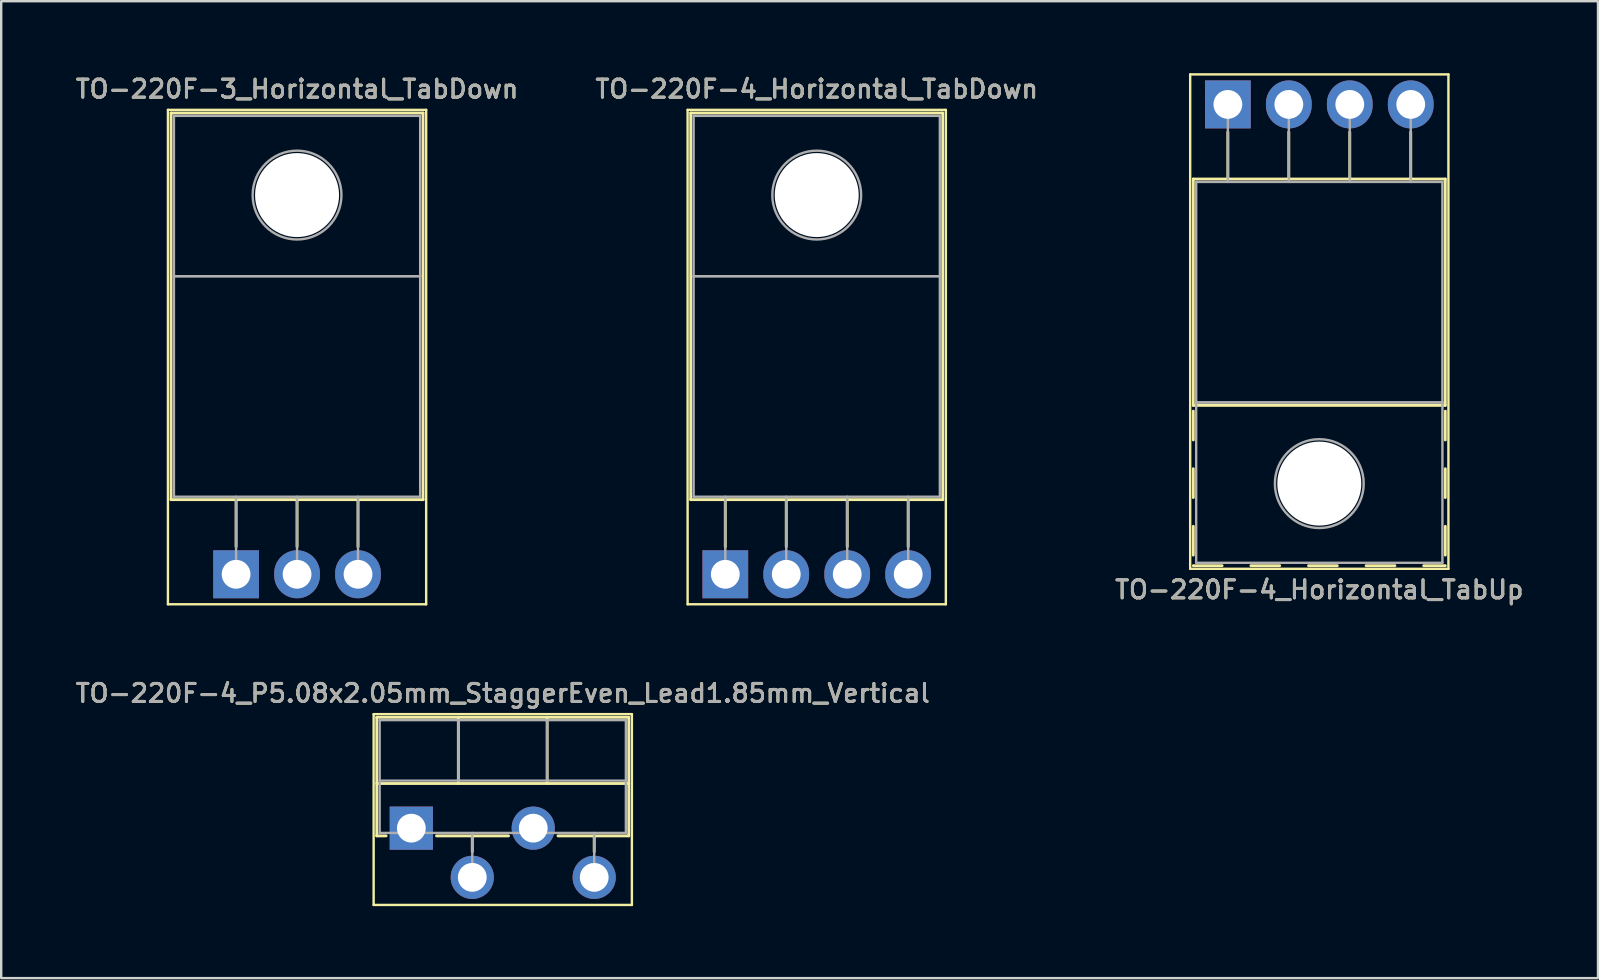
<source format=kicad_pcb>
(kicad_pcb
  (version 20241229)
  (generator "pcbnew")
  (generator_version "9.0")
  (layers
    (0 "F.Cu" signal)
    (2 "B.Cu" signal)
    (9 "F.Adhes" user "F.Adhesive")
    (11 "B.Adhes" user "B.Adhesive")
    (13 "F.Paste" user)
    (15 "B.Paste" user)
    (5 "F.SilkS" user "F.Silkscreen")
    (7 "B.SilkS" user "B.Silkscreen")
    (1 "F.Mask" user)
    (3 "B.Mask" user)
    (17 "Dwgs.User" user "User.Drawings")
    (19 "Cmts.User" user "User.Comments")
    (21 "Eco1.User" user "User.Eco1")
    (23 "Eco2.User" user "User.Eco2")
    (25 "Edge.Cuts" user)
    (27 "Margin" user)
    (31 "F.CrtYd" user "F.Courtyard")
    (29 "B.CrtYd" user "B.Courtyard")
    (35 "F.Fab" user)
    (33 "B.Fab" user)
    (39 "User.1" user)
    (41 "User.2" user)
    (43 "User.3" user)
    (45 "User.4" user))
  (footprint "TO-220F-4_P5.08x2.05mm_StaggerEven_Lead1.85mm_Vertical"
    (layer "F.Cu")
    (at 14.088 31.456)
    (property "Reference" "TO-220F-4_P5.08x2.05mm_StaggerEven_Lead1.85mm_Vertical" (at 3.81 -5.62 0) (layer "F.SilkS") (effects (font (size 0.75 0.75) (thickness 0.125))))
    (attr through_hole)
    (fp_line (start -1.57 -4.75) (end -1.57 3.2) (stroke (width 0.1) (type solid)) (layer "F.SilkS"))
    (fp_line (start -1.57 3.2) (end 9.19 3.2) (stroke (width 0.1) (type solid)) (layer "F.SilkS"))
    (fp_line (start -1.44 -4.62) (end -1.44 0.321) (stroke (width 0.12) (type solid)) (layer "F.SilkS"))
    (fp_line (start -1.44 -4.62) (end 9.06 -4.62) (stroke (width 0.12) (type solid)) (layer "F.SilkS"))
    (fp_line (start -1.44 -1.861) (end 9.06 -1.861) (stroke (width 0.12) (type solid)) (layer "F.SilkS"))
    (fp_line (start -1.44 0.321) (end -1.05 0.321) (stroke (width 0.12) (type solid)) (layer "F.SilkS"))
    (fp_line (start 1.05 0.321) (end 4.049 0.321) (stroke (width 0.12) (type solid)) (layer "F.SilkS"))
    (fp_line (start 1.96 -4.62) (end 1.96 -1.861) (stroke (width 0.12) (type solid)) (layer "F.SilkS"))
    (fp_line (start 2.54 0.321) (end 2.54 0.985) (stroke (width 0.12) (type solid)) (layer "F.SilkS"))
    (fp_line (start 5.66 -4.62) (end 5.66 -1.861) (stroke (width 0.12) (type solid)) (layer "F.SilkS"))
    (fp_line (start 6.112 0.321) (end 9.06 0.321) (stroke (width 0.12) (type solid)) (layer "F.SilkS"))
    (fp_line (start 7.62 0.321) (end 7.62 0.985) (stroke (width 0.12) (type solid)) (layer "F.SilkS"))
    (fp_line (start 9.06 -4.62) (end 9.06 0.321) (stroke (width 0.12) (type solid)) (layer "F.SilkS"))
    (fp_line (start 9.19 -4.75) (end -1.57 -4.75) (stroke (width 0.1) (type solid)) (layer "F.SilkS"))
    (fp_line (start 9.19 3.2) (end 9.19 -4.75) (stroke (width 0.1) (type solid)) (layer "F.SilkS"))
    (fp_line (start -1.32 -4.5) (end -1.32 0.2) (stroke (width 0.1) (type solid)) (layer "F.Fab"))
    (fp_line (start -1.32 -1.98) (end 8.94 -1.98) (stroke (width 0.1) (type solid)) (layer "F.Fab"))
    (fp_line (start -1.32 0.2) (end 8.94 0.2) (stroke (width 0.1) (type solid)) (layer "F.Fab"))
    (fp_line (start 1.96 -4.5) (end 1.96 -1.98) (stroke (width 0.1) (type solid)) (layer "F.Fab"))
    (fp_line (start 2.54 0.2) (end 2.54 2.05) (stroke (width 0.1) (type solid)) (layer "F.Fab"))
    (fp_line (start 5.66 -4.5) (end 5.66 -1.98) (stroke (width 0.1) (type solid)) (layer "F.Fab"))
    (fp_line (start 7.62 0.2) (end 7.62 2.05) (stroke (width 0.1) (type solid)) (layer "F.Fab"))
    (fp_line (start 8.94 -4.5) (end -1.32 -4.5) (stroke (width 0.1) (type solid)) (layer "F.Fab"))
    (fp_line (start 8.94 0.2) (end 8.94 -4.5) (stroke (width 0.1) (type solid)) (layer "F.Fab"))
    (fp_text user "${REFERENCE}" (at 3.81 -5.62 0) (layer "F.Fab") (effects (font (size 0.75 0.75) (thickness 0.125))))
    (pad "1" thru_hole rect (at 0 0) (size 1.8 1.8) (drill 1.2) (layers "*.Cu" "*.Mask"))
    (pad "2" thru_hole oval (at 2.54 2.05) (size 1.8 1.8) (drill 1.2) (layers "*.Cu" "*.Mask"))
    (pad "3" thru_hole oval (at 5.08 0) (size 1.8 1.8) (drill 1.2) (layers "*.Cu" "*.Mask"))
    (pad "4" thru_hole oval (at 7.62 2.05) (size 1.8 1.8) (drill 1.2) (layers "*.Cu" "*.Mask")))
  (footprint "TO-220F-4_Horizontal_TabUp"
    (layer "F.Cu")
    (at 48.11 1.3)
    (property "Reference" "TO-220F-4_Horizontal_TabUp" (at 3.81 20.22 0) (layer "F.SilkS") (effects (font (size 0.75 0.75) (thickness 0.125))))
    (attr through_hole)
    (fp_line (start -1.57 -1.25) (end -1.57 19.35) (stroke (width 0.1) (type solid)) (layer "F.SilkS"))
    (fp_line (start -1.57 19.35) (end 9.19 19.35) (stroke (width 0.1) (type solid)) (layer "F.SilkS"))
    (fp_line (start -1.44 3.11) (end -1.44 12.54) (stroke (width 0.12) (type solid)) (layer "F.SilkS"))
    (fp_line (start -1.44 3.11) (end 9.06 3.11) (stroke (width 0.12) (type solid)) (layer "F.SilkS"))
    (fp_line (start -1.44 12.54) (end 9.06 12.54) (stroke (width 0.12) (type solid)) (layer "F.SilkS"))
    (fp_line (start -1.44 12.78) (end -1.44 13.98) (stroke (width 0.12) (type solid)) (layer "F.SilkS"))
    (fp_line (start -1.44 15.18) (end -1.44 16.38) (stroke (width 0.12) (type solid)) (layer "F.SilkS"))
    (fp_line (start -1.44 17.58) (end -1.44 18.78) (stroke (width 0.12) (type solid)) (layer "F.SilkS"))
    (fp_line (start -1.44 19.22) (end -0.24 19.22) (stroke (width 0.12) (type solid)) (layer "F.SilkS"))
    (fp_line (start 0 1.15) (end 0 3.11) (stroke (width 0.12) (type solid)) (layer "F.SilkS"))
    (fp_line (start 0.96 19.22) (end 2.16 19.22) (stroke (width 0.12) (type solid)) (layer "F.SilkS"))
    (fp_line (start 2.54 1.15) (end 2.54 3.11) (stroke (width 0.12) (type solid)) (layer "F.SilkS"))
    (fp_line (start 3.361 19.22) (end 4.56 19.22) (stroke (width 0.12) (type solid)) (layer "F.SilkS"))
    (fp_line (start 5.08 1.15) (end 5.08 3.11) (stroke (width 0.12) (type solid)) (layer "F.SilkS"))
    (fp_line (start 5.761 19.22) (end 6.961 19.22) (stroke (width 0.12) (type solid)) (layer "F.SilkS"))
    (fp_line (start 7.62 1.15) (end 7.62 3.11) (stroke (width 0.12) (type solid)) (layer "F.SilkS"))
    (fp_line (start 8.16 19.22) (end 9.06 19.22) (stroke (width 0.12) (type solid)) (layer "F.SilkS"))
    (fp_line (start 9.06 3.11) (end 9.06 12.54) (stroke (width 0.12) (type solid)) (layer "F.SilkS"))
    (fp_line (start 9.06 12.78) (end 9.06 13.98) (stroke (width 0.12) (type solid)) (layer "F.SilkS"))
    (fp_line (start 9.06 15.18) (end 9.06 16.38) (stroke (width 0.12) (type solid)) (layer "F.SilkS"))
    (fp_line (start 9.06 17.58) (end 9.06 18.78) (stroke (width 0.12) (type solid)) (layer "F.SilkS"))
    (fp_line (start 9.19 -1.25) (end -1.57 -1.25) (stroke (width 0.1) (type solid)) (layer "F.SilkS"))
    (fp_line (start 9.19 19.35) (end 9.19 -1.25) (stroke (width 0.1) (type solid)) (layer "F.SilkS"))
    (fp_line (start -1.32 3.23) (end -1.32 12.42) (stroke (width 0.1) (type solid)) (layer "F.Fab"))
    (fp_line (start -1.32 12.42) (end -1.32 19.1) (stroke (width 0.1) (type solid)) (layer "F.Fab"))
    (fp_line (start -1.32 12.42) (end 8.94 12.42) (stroke (width 0.1) (type solid)) (layer "F.Fab"))
    (fp_line (start -1.32 19.1) (end 8.94 19.1) (stroke (width 0.1) (type solid)) (layer "F.Fab"))
    (fp_line (start 0 3.23) (end 0 0) (stroke (width 0.1) (type solid)) (layer "F.Fab"))
    (fp_line (start 2.54 3.23) (end 2.54 0) (stroke (width 0.1) (type solid)) (layer "F.Fab"))
    (fp_line (start 5.08 3.23) (end 5.08 0) (stroke (width 0.1) (type solid)) (layer "F.Fab"))
    (fp_line (start 7.62 3.23) (end 7.62 0) (stroke (width 0.1) (type solid)) (layer "F.Fab"))
    (fp_line (start 8.94 3.23) (end -1.32 3.23) (stroke (width 0.1) (type solid)) (layer "F.Fab"))
    (fp_line (start 8.94 12.42) (end -1.32 12.42) (stroke (width 0.1) (type solid)) (layer "F.Fab"))
    (fp_line (start 8.94 12.42) (end 8.94 3.23) (stroke (width 0.1) (type solid)) (layer "F.Fab"))
    (fp_line (start 8.94 19.1) (end 8.94 12.42) (stroke (width 0.1) (type solid)) (layer "F.Fab"))
    (fp_circle (center 3.81 15.8) (end 5.66 15.8) (stroke (width 0.1) (type solid)) (fill no) (layer "F.Fab"))
    (fp_text user "${REFERENCE}" (at 3.81 20.22 0) (layer "F.Fab") (effects (font (size 0.75 0.75) (thickness 0.125))))
    (pad "" np_thru_hole circle (at 3.81 15.8) (size 3.5 3.5) (drill 3.5) (layers "*.Cu" "*.Mask"))
    (pad "1" thru_hole rect (at 0 0) (size 1.905 2) (drill 1.2) (layers "*.Cu" "*.Mask"))
    (pad "2" thru_hole oval (at 2.54 0) (size 1.905 2) (drill 1.2) (layers "*.Cu" "*.Mask"))
    (pad "3" thru_hole oval (at 5.08 0) (size 1.905 2) (drill 1.2) (layers "*.Cu" "*.Mask"))
    (pad "4" thru_hole oval (at 7.62 0) (size 1.905 2) (drill 1.2) (layers "*.Cu" "*.Mask")))
  (footprint "TO-220F-3_Horizontal_TabDown"
    (layer "F.Cu")
    (at 6.787 20.878)
    (property "Reference" "TO-220F-3_Horizontal_TabDown" (at 2.54 -20.22 0) (layer "F.SilkS") (effects (font (size 0.75 0.75) (thickness 0.125))))
    (attr through_hole)
    (fp_line (start -2.84 -19.35) (end -2.84 1.25) (stroke (width 0.1) (type solid)) (layer "F.SilkS"))
    (fp_line (start -2.84 1.25) (end 7.92 1.25) (stroke (width 0.1) (type solid)) (layer "F.SilkS"))
    (fp_line (start -2.71 -19.22) (end -2.71 -3.11) (stroke (width 0.12) (type solid)) (layer "F.SilkS"))
    (fp_line (start -2.71 -19.22) (end 7.79 -19.22) (stroke (width 0.12) (type solid)) (layer "F.SilkS"))
    (fp_line (start -2.71 -3.11) (end 7.79 -3.11) (stroke (width 0.12) (type solid)) (layer "F.SilkS"))
    (fp_line (start 0 -3.11) (end 0 -1.15) (stroke (width 0.12) (type solid)) (layer "F.SilkS"))
    (fp_line (start 2.54 -3.11) (end 2.54 -1.15) (stroke (width 0.12) (type solid)) (layer "F.SilkS"))
    (fp_line (start 5.08 -3.11) (end 5.08 -1.15) (stroke (width 0.12) (type solid)) (layer "F.SilkS"))
    (fp_line (start 7.79 -19.22) (end 7.79 -3.11) (stroke (width 0.12) (type solid)) (layer "F.SilkS"))
    (fp_line (start 7.92 -19.35) (end -2.84 -19.35) (stroke (width 0.1) (type solid)) (layer "F.SilkS"))
    (fp_line (start 7.92 1.25) (end 7.92 -19.35) (stroke (width 0.1) (type solid)) (layer "F.SilkS"))
    (fp_line (start -2.59 -19.1) (end 7.67 -19.1) (stroke (width 0.1) (type solid)) (layer "F.Fab"))
    (fp_line (start -2.59 -12.42) (end -2.59 -19.1) (stroke (width 0.1) (type solid)) (layer "F.Fab"))
    (fp_line (start -2.59 -12.42) (end 7.67 -12.42) (stroke (width 0.1) (type solid)) (layer "F.Fab"))
    (fp_line (start -2.59 -3.23) (end -2.59 -12.42) (stroke (width 0.1) (type solid)) (layer "F.Fab"))
    (fp_line (start 0 -3.23) (end 0 0) (stroke (width 0.1) (type solid)) (layer "F.Fab"))
    (fp_line (start 2.54 -3.23) (end 2.54 0) (stroke (width 0.1) (type solid)) (layer "F.Fab"))
    (fp_line (start 5.08 -3.23) (end 5.08 0) (stroke (width 0.1) (type solid)) (layer "F.Fab"))
    (fp_line (start 7.67 -19.1) (end 7.67 -12.42) (stroke (width 0.1) (type solid)) (layer "F.Fab"))
    (fp_line (start 7.67 -12.42) (end -2.59 -12.42) (stroke (width 0.1) (type solid)) (layer "F.Fab"))
    (fp_line (start 7.67 -12.42) (end 7.67 -3.23) (stroke (width 0.1) (type solid)) (layer "F.Fab"))
    (fp_line (start 7.67 -3.23) (end -2.59 -3.23) (stroke (width 0.1) (type solid)) (layer "F.Fab"))
    (fp_circle (center 2.54 -15.8) (end 4.39 -15.8) (stroke (width 0.1) (type solid)) (fill no) (layer "F.Fab"))
    (fp_text user "${REFERENCE}" (at 2.54 -20.22 0) (layer "F.Fab") (effects (font (size 0.75 0.75) (thickness 0.125))))
    (pad "" np_thru_hole circle (at 2.54 -15.8) (size 3.5 3.5) (drill 3.5) (layers "*.Cu" "*.Mask"))
    (pad "1" thru_hole rect (at 0 0) (size 1.905 2) (drill 1.2) (layers "*.Cu" "*.Mask"))
    (pad "2" thru_hole oval (at 2.54 0) (size 1.905 2) (drill 1.2) (layers "*.Cu" "*.Mask"))
    (pad "3" thru_hole oval (at 5.08 0) (size 1.905 2) (drill 1.2) (layers "*.Cu" "*.Mask")))
  (footprint "TO-220F-4_Horizontal_TabDown"
    (layer "F.Cu")
    (at 27.17 20.878)
    (property "Reference" "TO-220F-4_Horizontal_TabDown" (at 3.81 -20.22 0) (layer "F.SilkS") (effects (font (size 0.75 0.75) (thickness 0.125))))
    (attr through_hole)
    (fp_line (start -1.57 -19.35) (end -1.57 1.25) (stroke (width 0.1) (type solid)) (layer "F.SilkS"))
    (fp_line (start -1.57 1.25) (end 9.19 1.25) (stroke (width 0.1) (type solid)) (layer "F.SilkS"))
    (fp_line (start -1.44 -19.22) (end -1.44 -3.11) (stroke (width 0.12) (type solid)) (layer "F.SilkS"))
    (fp_line (start -1.44 -19.22) (end 9.06 -19.22) (stroke (width 0.12) (type solid)) (layer "F.SilkS"))
    (fp_line (start -1.44 -3.11) (end 9.06 -3.11) (stroke (width 0.12) (type solid)) (layer "F.SilkS"))
    (fp_line (start 0 -3.11) (end 0 -1.15) (stroke (width 0.12) (type solid)) (layer "F.SilkS"))
    (fp_line (start 2.54 -3.11) (end 2.54 -1.15) (stroke (width 0.12) (type solid)) (layer "F.SilkS"))
    (fp_line (start 5.08 -3.11) (end 5.08 -1.15) (stroke (width 0.12) (type solid)) (layer "F.SilkS"))
    (fp_line (start 7.62 -3.11) (end 7.62 -1.15) (stroke (width 0.12) (type solid)) (layer "F.SilkS"))
    (fp_line (start 9.06 -19.22) (end 9.06 -3.11) (stroke (width 0.12) (type solid)) (layer "F.SilkS"))
    (fp_line (start 9.19 -19.35) (end -1.57 -19.35) (stroke (width 0.1) (type solid)) (layer "F.SilkS"))
    (fp_line (start 9.19 1.25) (end 9.19 -19.35) (stroke (width 0.1) (type solid)) (layer "F.SilkS"))
    (fp_line (start -1.32 -19.1) (end 8.94 -19.1) (stroke (width 0.1) (type solid)) (layer "F.Fab"))
    (fp_line (start -1.32 -12.42) (end -1.32 -19.1) (stroke (width 0.1) (type solid)) (layer "F.Fab"))
    (fp_line (start -1.32 -12.42) (end 8.94 -12.42) (stroke (width 0.1) (type solid)) (layer "F.Fab"))
    (fp_line (start -1.32 -3.23) (end -1.32 -12.42) (stroke (width 0.1) (type solid)) (layer "F.Fab"))
    (fp_line (start 0 -3.23) (end 0 0) (stroke (width 0.1) (type solid)) (layer "F.Fab"))
    (fp_line (start 2.54 -3.23) (end 2.54 0) (stroke (width 0.1) (type solid)) (layer "F.Fab"))
    (fp_line (start 5.08 -3.23) (end 5.08 0) (stroke (width 0.1) (type solid)) (layer "F.Fab"))
    (fp_line (start 7.62 -3.23) (end 7.62 0) (stroke (width 0.1) (type solid)) (layer "F.Fab"))
    (fp_line (start 8.94 -19.1) (end 8.94 -12.42) (stroke (width 0.1) (type solid)) (layer "F.Fab"))
    (fp_line (start 8.94 -12.42) (end -1.32 -12.42) (stroke (width 0.1) (type solid)) (layer "F.Fab"))
    (fp_line (start 8.94 -12.42) (end 8.94 -3.23) (stroke (width 0.1) (type solid)) (layer "F.Fab"))
    (fp_line (start 8.94 -3.23) (end -1.32 -3.23) (stroke (width 0.1) (type solid)) (layer "F.Fab"))
    (fp_circle (center 3.81 -15.8) (end 5.66 -15.8) (stroke (width 0.1) (type solid)) (fill no) (layer "F.Fab"))
    (fp_text user "${REFERENCE}" (at 3.81 -20.22 0) (layer "F.Fab") (effects (font (size 0.75 0.75) (thickness 0.125))))
    (pad "" np_thru_hole circle (at 3.81 -15.8) (size 3.5 3.5) (drill 3.5) (layers "*.Cu" "*.Mask"))
    (pad "1" thru_hole rect (at 0 0) (size 1.905 2) (drill 1.2) (layers "*.Cu" "*.Mask"))
    (pad "2" thru_hole oval (at 2.54 0) (size 1.905 2) (drill 1.2) (layers "*.Cu" "*.Mask"))
    (pad "3" thru_hole oval (at 5.08 0) (size 1.905 2) (drill 1.2) (layers "*.Cu" "*.Mask"))
    (pad "4" thru_hole oval (at 7.62 0) (size 1.905 2) (drill 1.2) (layers "*.Cu" "*.Mask")))
  (gr_rect
    (start -3 -3)
    (end 63.532 37.706)
    (stroke (width 0.1) (type default))
    (fill no)
    (layer "Edge.Cuts")))
</source>
